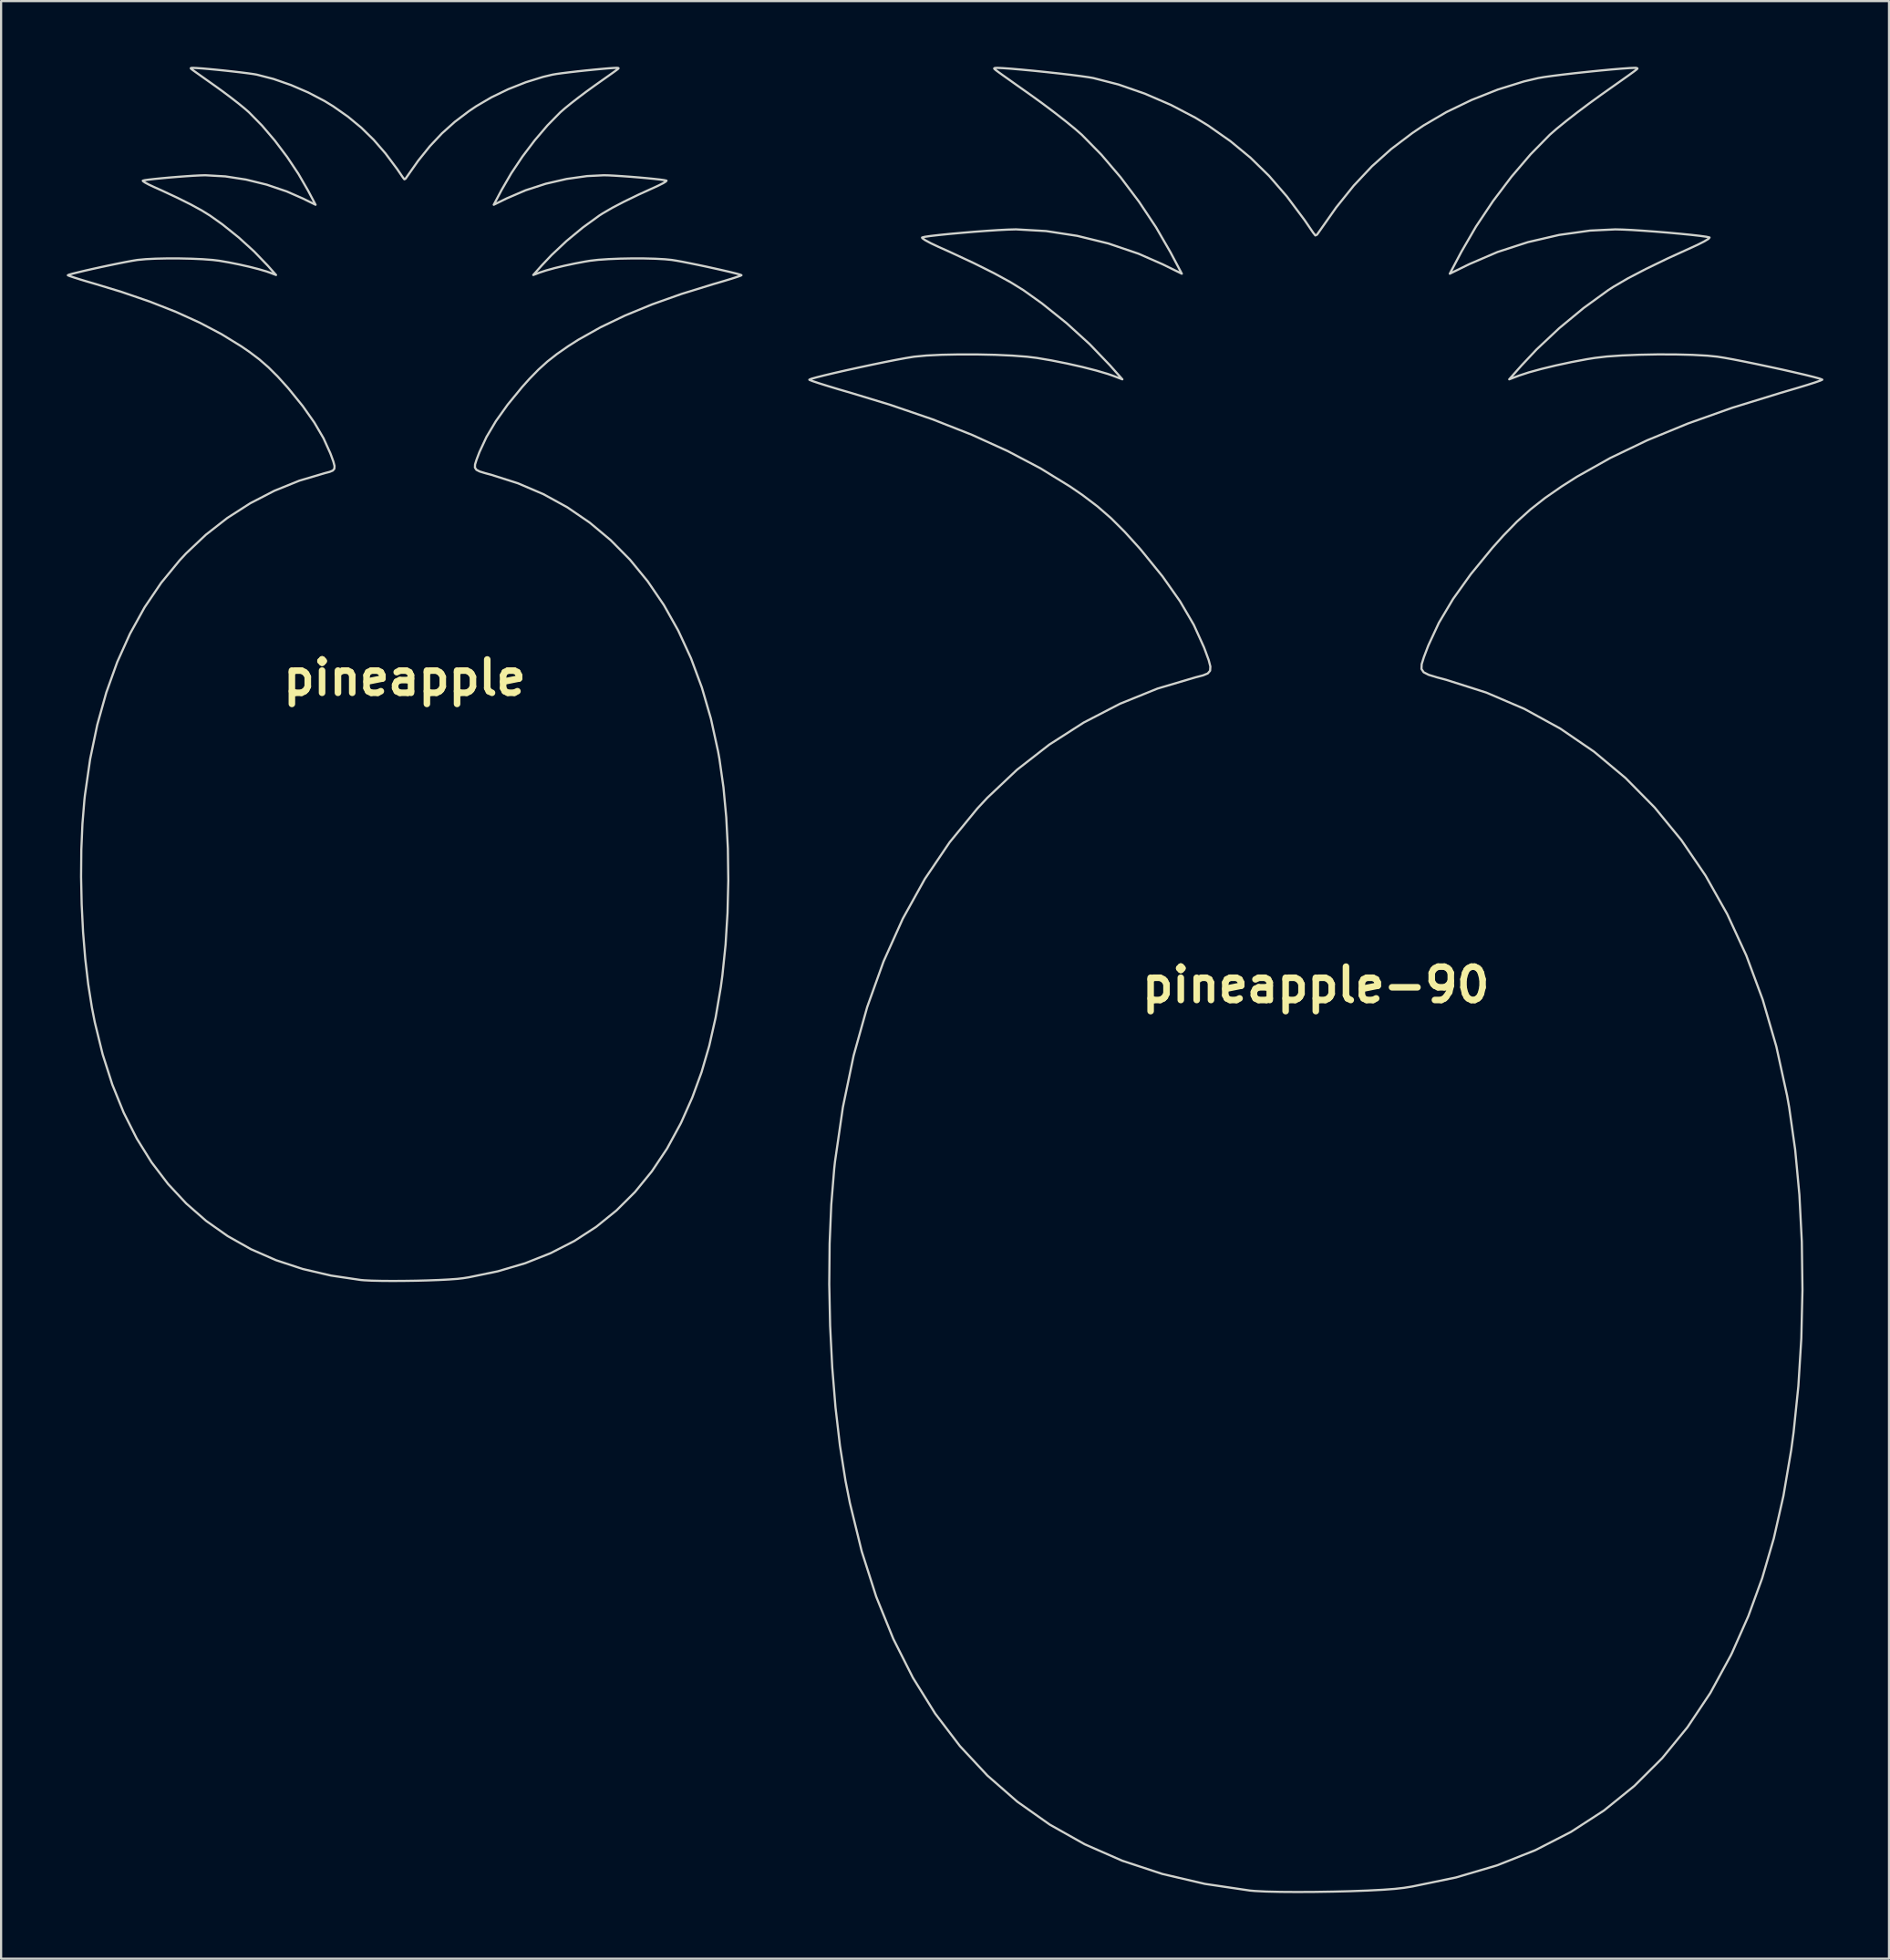
<source format=kicad_pcb>
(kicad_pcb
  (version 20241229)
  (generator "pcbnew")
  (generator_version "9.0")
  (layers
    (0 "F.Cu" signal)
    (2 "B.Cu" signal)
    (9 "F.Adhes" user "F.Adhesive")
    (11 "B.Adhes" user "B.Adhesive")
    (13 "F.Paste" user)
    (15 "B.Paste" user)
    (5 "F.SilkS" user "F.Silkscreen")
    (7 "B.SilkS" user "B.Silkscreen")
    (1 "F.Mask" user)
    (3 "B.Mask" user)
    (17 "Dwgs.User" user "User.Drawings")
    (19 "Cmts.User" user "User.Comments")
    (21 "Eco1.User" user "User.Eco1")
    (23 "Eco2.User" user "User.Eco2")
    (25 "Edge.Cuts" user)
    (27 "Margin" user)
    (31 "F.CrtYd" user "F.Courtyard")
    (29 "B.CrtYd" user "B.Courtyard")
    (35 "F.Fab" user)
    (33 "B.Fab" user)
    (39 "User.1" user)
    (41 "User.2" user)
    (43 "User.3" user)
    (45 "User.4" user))
  (footprint "pineapple-90"
    (layer "F.Cu")
    (at 57.073 41.958)
    (property "Reference" "pineapple-90" (at 0 0 0) (layer "F.SilkS") (effects (font (size 1.524 1.524) (thickness 0.3))))
    (attr board_only exclude_from_pos_files exclude_from_bom)
    (fp_poly (pts (xy 14.668 -41.9) (xy 14.686 -41.889) (xy 14.697 -41.88) (xy 14.683 -41.857) (xy 14.624 -41.807) (xy 14.504 -41.717) (xy 14.304 -41.572) (xy 14.005 -41.36) (xy 13.589 -41.066) (xy 13.039 -40.677) (xy 13.029 -40.67) (xy 12.487 -40.277) (xy 11.942 -39.868) (xy 11.436 -39.474) (xy 11.006 -39.124) (xy 10.694 -38.851) (xy 9.817 -37.959) (xy 8.939 -36.931) (xy 8.095 -35.814) (xy 7.322 -34.657) (xy 6.655 -33.507) (xy 6.64 -33.479) (xy 6.122 -32.5) (xy 7.01 -32.936) (xy 8.307 -33.493) (xy 9.695 -33.943) (xy 11.121 -34.273) (xy 12.535 -34.471) (xy 13.685 -34.526) (xy 14.015 -34.518) (xy 14.453 -34.497) (xy 14.968 -34.464) (xy 15.527 -34.423) (xy 16.098 -34.376) (xy 16.647 -34.326) (xy 17.143 -34.277) (xy 17.554 -34.23) (xy 17.845 -34.189) (xy 17.986 -34.157) (xy 17.991 -34.154) (xy 17.942 -34.093) (xy 17.753 -33.978) (xy 17.458 -33.828) (xy 17.239 -33.727) (xy 16.073 -33.196) (xy 15.082 -32.716) (xy 14.261 -32.288) (xy 13.605 -31.906) (xy 13.368 -31.753) (xy 12.234 -30.93) (xy 11.122 -30.01) (xy 10.092 -29.043) (xy 9.406 -28.314) (xy 8.838 -27.674) (xy 9.287 -27.844) (xy 9.728 -27.989) (xy 10.306 -28.148) (xy 10.974 -28.309) (xy 11.681 -28.461) (xy 12.381 -28.593) (xy 12.747 -28.652) (xy 13.302 -28.717) (xy 13.997 -28.765) (xy 14.784 -28.797) (xy 15.615 -28.813) (xy 16.442 -28.811) (xy 17.217 -28.791) (xy 17.894 -28.754) (xy 18.344 -28.709) (xy 18.66 -28.659) (xy 19.086 -28.582) (xy 19.595 -28.482) (xy 20.156 -28.367) (xy 20.741 -28.243) (xy 21.322 -28.117) (xy 21.869 -27.993) (xy 22.353 -27.88) (xy 22.745 -27.783) (xy 23.016 -27.708) (xy 23.138 -27.662) (xy 23.142 -27.657) (xy 23.056 -27.616) (xy 22.815 -27.532) (xy 22.446 -27.414) (xy 21.975 -27.271) (xy 21.429 -27.11) (xy 21.237 -27.054) (xy 19.03 -26.374) (xy 17.001 -25.653) (xy 15.145 -24.889) (xy 13.458 -24.08) (xy 11.933 -23.223) (xy 11.229 -22.775) (xy 10.471 -22.249) (xy 9.809 -21.728) (xy 9.19 -21.17) (xy 8.565 -20.527) (xy 8.068 -19.971) (xy 7.083 -18.77) (xy 6.269 -17.631) (xy 5.625 -16.549) (xy 5.145 -15.517) (xy 5.11 -15.428) (xy 4.938 -14.976) (xy 4.838 -14.657) (xy 4.829 -14.438) (xy 4.929 -14.287) (xy 5.157 -14.17) (xy 5.531 -14.056) (xy 5.951 -13.944) (xy 7.787 -13.36) (xy 9.529 -12.614) (xy 11.172 -11.713) (xy 12.714 -10.658) (xy 14.153 -9.455) (xy 15.483 -8.107) (xy 16.704 -6.618) (xy 17.811 -4.992) (xy 18.801 -3.232) (xy 19.672 -1.343) (xy 20.42 0.672) (xy 21.042 2.809) (xy 21.535 5.063) (xy 21.63 5.6) (xy 21.904 7.531) (xy 22.097 9.591) (xy 22.208 11.742) (xy 22.237 13.942) (xy 22.185 16.153) (xy 22.05 18.334) (xy 21.832 20.445) (xy 21.722 21.261) (xy 21.368 23.346) (xy 20.929 25.287) (xy 20.397 27.111) (xy 19.764 28.846) (xy 19.021 30.52) (xy 18.96 30.644) (xy 18.027 32.358) (xy 16.983 33.922) (xy 15.826 35.338) (xy 14.554 36.606) (xy 13.166 37.729) (xy 11.658 38.707) (xy 10.031 39.542) (xy 8.281 40.235) (xy 6.406 40.788) (xy 4.406 41.201) (xy 4.027 41.262) (xy 3.612 41.309) (xy 3.044 41.351) (xy 2.359 41.386) (xy 1.591 41.415) (xy 0.775 41.435) (xy -0.053 41.448) (xy -0.857 41.452) (xy -1.604 41.447) (xy -2.257 41.432) (xy -2.782 41.406) (xy -3.01 41.386) (xy -5.069 41.081) (xy -7.013 40.627) (xy -8.843 40.024) (xy -10.557 39.272) (xy -12.156 38.372) (xy -13.64 37.324) (xy -15.007 36.129) (xy -16.258 34.787) (xy -17.392 33.298) (xy -18.408 31.663) (xy -19.306 29.883) (xy -20.086 27.957) (xy -20.748 25.886) (xy -21.29 23.671) (xy -21.489 22.665) (xy -21.743 21.056) (xy -21.946 19.31) (xy -22.096 17.47) (xy -22.192 15.58) (xy -22.232 13.682) (xy -22.215 11.823) (xy -22.14 10.043) (xy -22.004 8.389) (xy -21.97 8.079) (xy -21.609 5.59) (xy -21.119 3.234) (xy -20.499 1.013) (xy -19.75 -1.073) (xy -18.872 -3.025) (xy -17.865 -4.84) (xy -16.73 -6.519) (xy -15.466 -8.06) (xy -15.01 -8.55) (xy -13.656 -9.829) (xy -12.18 -10.979) (xy -10.603 -11.99) (xy -8.946 -12.848) (xy -7.229 -13.543) (xy -5.48 -14.06) (xy -5.152 -14.145) (xy -4.938 -14.233) (xy -4.83 -14.357) (xy -4.818 -14.55) (xy -4.894 -14.843) (xy -5.05 -15.27) (xy -5.11 -15.428) (xy -5.576 -16.456) (xy -6.206 -17.534) (xy -7.004 -18.667) (xy -7.974 -19.862) (xy -8.068 -19.971) (xy -8.731 -20.704) (xy -9.349 -21.321) (xy -9.974 -21.865) (xy -10.657 -22.383) (xy -11.229 -22.775) (xy -12.588 -23.61) (xy -14.079 -24.395) (xy -15.713 -25.138) (xy -17.501 -25.842) (xy -19.455 -26.511) (xy -21.237 -27.053) (xy -21.803 -27.218) (xy -22.301 -27.369) (xy -22.707 -27.496) (xy -22.993 -27.592) (xy -23.133 -27.649) (xy -23.142 -27.657) (xy -23.055 -27.696) (xy -22.812 -27.765) (xy -22.442 -27.858) (xy -21.975 -27.969) (xy -21.438 -28.091) (xy -20.862 -28.217) (xy -20.276 -28.342) (xy -19.707 -28.46) (xy -19.185 -28.563) (xy -18.74 -28.645) (xy -18.399 -28.701) (xy -18.344 -28.709) (xy -17.787 -28.762) (xy -17.09 -28.796) (xy -16.302 -28.812) (xy -15.471 -28.811) (xy -14.644 -28.793) (xy -13.87 -28.758) (xy -13.196 -28.707) (xy -12.747 -28.652) (xy -12.073 -28.537) (xy -11.364 -28.395) (xy -10.668 -28.238) (xy -10.034 -28.076) (xy -9.511 -27.922) (xy -9.287 -27.844) (xy -8.838 -27.674) (xy -9.406 -28.314) (xy -10.336 -29.284) (xy -11.392 -30.244) (xy -12.515 -31.145) (xy -13.368 -31.753) (xy -13.953 -32.114) (xy -14.7 -32.522) (xy -15.616 -32.979) (xy -16.704 -33.487) (xy -17.239 -33.727) (xy -17.583 -33.889) (xy -17.841 -34.028) (xy -17.98 -34.124) (xy -17.991 -34.154) (xy -17.873 -34.185) (xy -17.599 -34.225) (xy -17.203 -34.271) (xy -16.716 -34.32) (xy -16.171 -34.369) (xy -15.602 -34.417) (xy -15.039 -34.459) (xy -14.517 -34.493) (xy -14.066 -34.516) (xy -13.721 -34.526) (xy -13.685 -34.526) (xy -12.323 -34.449) (xy -10.904 -34.231) (xy -9.48 -33.882) (xy -8.103 -33.415) (xy -7.01 -32.936) (xy -6.122 -32.5) (xy -6.64 -33.479) (xy -7.304 -34.628) (xy -8.075 -35.786) (xy -8.917 -36.904) (xy -9.795 -37.935) (xy -10.673 -38.83) (xy -10.694 -38.851) (xy -11.009 -39.126) (xy -11.439 -39.476) (xy -11.946 -39.871) (xy -12.49 -40.28) (xy -13.029 -40.67) (xy -13.582 -41.06) (xy -13.999 -41.356) (xy -14.3 -41.569) (xy -14.502 -41.715) (xy -14.623 -41.806) (xy -14.682 -41.856) (xy -14.697 -41.879) (xy -14.686 -41.889) (xy -14.668 -41.899) (xy -14.668 -41.9) (xy -14.56 -41.907) (xy -14.297 -41.895) (xy -13.909 -41.867) (xy -13.43 -41.825) (xy -12.89 -41.774) (xy -12.32 -41.715) (xy -11.752 -41.653) (xy -11.217 -41.591) (xy -10.747 -41.531) (xy -10.374 -41.478) (xy -10.161 -41.44) (xy -9.012 -41.145) (xy -7.81 -40.727) (xy -6.62 -40.213) (xy -5.504 -39.629) (xy -4.919 -39.271) (xy -3.902 -38.558) (xy -2.983 -37.8) (xy -2.133 -36.968) (xy -1.321 -36.03) (xy -0.515 -34.953) (xy -0.118 -34.372) (xy -0.02 -34.249) (xy 0.056 -34.285) (xy 0.118 -34.372) (xy 0.931 -35.527) (xy 1.736 -36.528) (xy 2.564 -37.408) (xy 3.446 -38.198) (xy 4.411 -38.928) (xy 4.919 -39.271) (xy 5.963 -39.883) (xy 7.118 -40.44) (xy 8.321 -40.917) (xy 9.508 -41.286) (xy 10.161 -41.44) (xy 10.432 -41.487) (xy 10.826 -41.542) (xy 11.309 -41.602) (xy 11.852 -41.665) (xy 12.423 -41.726) (xy 12.99 -41.784) (xy 13.522 -41.834) (xy 13.987 -41.873) (xy 14.354 -41.899) (xy 14.592 -41.908)) (stroke (width 0.1) (type solid)) (fill no) (layer "Edge.Cuts")))
  (footprint "pineapple"
    (layer "F.Cu")
    (at 15.44 27.92)
    (property "Reference" "pineapple" (at 0 0 0) (layer "F.SilkS") (effects (font (size 1.524 1.524) (thickness 0.3))))
    (attr board_only exclude_from_pos_files exclude_from_bom)
    (fp_poly (pts (xy 9.754 -27.864) (xy 9.767 -27.858) (xy 9.774 -27.851) (xy 9.764 -27.836) (xy 9.726 -27.803) (xy 9.646 -27.743) (xy 9.512 -27.646) (xy 9.314 -27.505) (xy 9.037 -27.31) (xy 8.671 -27.051) (xy 8.665 -27.046) (xy 8.304 -26.785) (xy 7.942 -26.513) (xy 7.605 -26.251) (xy 7.319 -26.018) (xy 7.112 -25.837) (xy 6.529 -25.244) (xy 5.945 -24.56) (xy 5.383 -23.817) (xy 4.869 -23.048) (xy 4.426 -22.283) (xy 4.416 -22.264) (xy 4.071 -21.613) (xy 4.662 -21.903) (xy 5.525 -22.274) (xy 6.447 -22.573) (xy 7.396 -22.792) (xy 8.336 -22.924) (xy 9.101 -22.961) (xy 9.32 -22.956) (xy 9.612 -22.941) (xy 9.954 -22.919) (xy 10.326 -22.892) (xy 10.705 -22.861) (xy 11.071 -22.828) (xy 11.401 -22.795) (xy 11.674 -22.764) (xy 11.867 -22.737) (xy 11.961 -22.715) (xy 11.965 -22.713) (xy 11.932 -22.673) (xy 11.806 -22.596) (xy 11.61 -22.497) (xy 11.464 -22.429) (xy 10.689 -22.076) (xy 10.03 -21.757) (xy 9.484 -21.472) (xy 9.048 -21.218) (xy 8.89 -21.116) (xy 8.136 -20.569) (xy 7.397 -19.958) (xy 6.712 -19.314) (xy 6.255 -18.83) (xy 5.877 -18.404) (xy 6.176 -18.517) (xy 6.469 -18.613) (xy 6.854 -18.719) (xy 7.298 -18.826) (xy 7.768 -18.927) (xy 8.234 -19.015) (xy 8.477 -19.055) (xy 8.846 -19.097) (xy 9.308 -19.129) (xy 9.832 -19.151) (xy 10.384 -19.161) (xy 10.934 -19.16) (xy 11.45 -19.147) (xy 11.9 -19.122) (xy 12.2 -19.092) (xy 12.409 -19.059) (xy 12.693 -19.008) (xy 13.031 -18.941) (xy 13.404 -18.865) (xy 13.794 -18.783) (xy 14.18 -18.698) (xy 14.543 -18.616) (xy 14.865 -18.541) (xy 15.126 -18.476) (xy 15.306 -18.427) (xy 15.388 -18.396) (xy 15.39 -18.393) (xy 15.333 -18.365) (xy 15.173 -18.31) (xy 14.927 -18.231) (xy 14.614 -18.136) (xy 14.251 -18.028) (xy 14.123 -17.992) (xy 12.655 -17.539) (xy 11.306 -17.06) (xy 10.072 -16.552) (xy 8.95 -16.014) (xy 7.935 -15.444) (xy 7.467 -15.146) (xy 6.964 -14.796) (xy 6.523 -14.45) (xy 6.112 -14.078) (xy 5.696 -13.651) (xy 5.365 -13.281) (xy 4.71 -12.483) (xy 4.169 -11.725) (xy 3.741 -11.005) (xy 3.421 -10.319) (xy 3.398 -10.26) (xy 3.284 -9.96) (xy 3.217 -9.747) (xy 3.211 -9.602) (xy 3.278 -9.501) (xy 3.429 -9.424) (xy 3.678 -9.348) (xy 3.958 -9.273) (xy 5.179 -8.884) (xy 6.337 -8.389) (xy 7.43 -7.789) (xy 8.455 -7.088) (xy 9.412 -6.288) (xy 10.297 -5.392) (xy 11.108 -4.401) (xy 11.845 -3.32) (xy 12.503 -2.149) (xy 13.082 -0.893) (xy 13.58 0.447) (xy 13.993 1.868) (xy 14.321 3.367) (xy 14.385 3.724) (xy 14.567 5.008) (xy 14.695 6.379) (xy 14.769 7.809) (xy 14.788 9.272) (xy 14.753 10.742) (xy 14.664 12.192) (xy 14.519 13.596) (xy 14.446 14.139) (xy 14.21 15.526) (xy 13.919 16.816) (xy 13.565 18.03) (xy 13.143 19.183) (xy 12.649 20.296) (xy 12.609 20.379) (xy 11.989 21.519) (xy 11.294 22.559) (xy 10.525 23.501) (xy 9.679 24.344) (xy 8.756 25.091) (xy 7.753 25.741) (xy 6.671 26.296) (xy 5.507 26.757) (xy 4.26 27.125) (xy 2.93 27.4) (xy 2.678 27.44) (xy 2.402 27.472) (xy 2.024 27.499) (xy 1.569 27.523) (xy 1.058 27.542) (xy 0.515 27.556) (xy -0.035 27.564) (xy -0.57 27.567) (xy -1.067 27.563) (xy -1.501 27.553) (xy -1.85 27.536) (xy -2.002 27.523) (xy -3.371 27.32) (xy -4.664 27.018) (xy -5.881 26.617) (xy -7.021 26.117) (xy -8.084 25.518) (xy -9.071 24.822) (xy -9.98 24.027) (xy -10.812 23.134) (xy -11.566 22.144) (xy -12.242 21.057) (xy -12.839 19.873) (xy -13.358 18.592) (xy -13.798 17.215) (xy -14.159 15.742) (xy -14.29 15.073) (xy -14.46 14.003) (xy -14.595 12.842) (xy -14.695 11.618) (xy -14.758 10.361) (xy -14.785 9.099) (xy -14.774 7.862) (xy -14.723 6.679) (xy -14.633 5.579) (xy -14.61 5.373) (xy -14.371 3.717) (xy -14.045 2.151) (xy -13.632 0.674) (xy -13.134 -0.714) (xy -12.55 -2.011) (xy -11.881 -3.219) (xy -11.126 -4.335) (xy -10.285 -5.36) (xy -9.982 -5.686) (xy -9.081 -6.536) (xy -8.1 -7.302) (xy -7.052 -7.974) (xy -5.949 -8.544) (xy -4.807 -9.006) (xy -3.644 -9.35) (xy -3.426 -9.407) (xy -3.284 -9.466) (xy -3.212 -9.548) (xy -3.204 -9.676) (xy -3.255 -9.871) (xy -3.358 -10.155) (xy -3.398 -10.26) (xy -3.708 -10.944) (xy -4.127 -11.66) (xy -4.658 -12.414) (xy -5.303 -13.209) (xy -5.365 -13.281) (xy -5.806 -13.769) (xy -6.218 -14.179) (xy -6.633 -14.541) (xy -7.087 -14.885) (xy -7.467 -15.146) (xy -8.371 -15.701) (xy -9.363 -16.224) (xy -10.449 -16.717) (xy -11.639 -17.185) (xy -12.938 -17.631) (xy -14.123 -17.991) (xy -14.499 -18.101) (xy -14.831 -18.201) (xy -15.1 -18.286) (xy -15.291 -18.35) (xy -15.384 -18.387) (xy -15.39 -18.393) (xy -15.332 -18.419) (xy -15.17 -18.465) (xy -14.924 -18.526) (xy -14.614 -18.6) (xy -14.257 -18.681) (xy -13.874 -18.765) (xy -13.484 -18.848) (xy -13.106 -18.926) (xy -12.759 -18.995) (xy -12.462 -19.05) (xy -12.236 -19.087) (xy -12.2 -19.092) (xy -11.829 -19.127) (xy -11.365 -19.15) (xy -10.841 -19.161) (xy -10.289 -19.16) (xy -9.739 -19.148) (xy -9.224 -19.125) (xy -8.775 -19.091) (xy -8.477 -19.055) (xy -8.029 -18.978) (xy -7.557 -18.883) (xy -7.095 -18.779) (xy -6.673 -18.671) (xy -6.325 -18.569) (xy -6.176 -18.517) (xy -5.877 -18.404) (xy -6.255 -18.83) (xy -6.874 -19.474) (xy -7.576 -20.113) (xy -8.322 -20.712) (xy -8.89 -21.116) (xy -9.279 -21.357) (xy -9.776 -21.628) (xy -10.385 -21.932) (xy -11.109 -22.27) (xy -11.464 -22.429) (xy -11.693 -22.537) (xy -11.865 -22.629) (xy -11.957 -22.693) (xy -11.965 -22.713) (xy -11.886 -22.734) (xy -11.704 -22.76) (xy -11.44 -22.791) (xy -11.116 -22.823) (xy -10.754 -22.857) (xy -10.375 -22.888) (xy -10.001 -22.916) (xy -9.654 -22.939) (xy -9.355 -22.954) (xy -9.125 -22.961) (xy -9.101 -22.961) (xy -8.195 -22.91) (xy -7.251 -22.764) (xy -6.304 -22.532) (xy -5.389 -22.222) (xy -4.662 -21.903) (xy -4.071 -21.613) (xy -4.416 -22.264) (xy -4.857 -23.029) (xy -5.37 -23.798) (xy -5.93 -24.542) (xy -6.514 -25.228) (xy -7.098 -25.823) (xy -7.112 -25.837) (xy -7.321 -26.02) (xy -7.607 -26.253) (xy -7.944 -26.515) (xy -8.306 -26.787) (xy -8.665 -27.046) (xy -9.032 -27.306) (xy -9.31 -27.503) (xy -9.51 -27.645) (xy -9.644 -27.741) (xy -9.725 -27.802) (xy -9.764 -27.835) (xy -9.774 -27.851) (xy -9.767 -27.857) (xy -9.755 -27.864) (xy -9.754 -27.864) (xy -9.683 -27.869) (xy -9.508 -27.861) (xy -9.25 -27.843) (xy -8.931 -27.815) (xy -8.572 -27.781) (xy -8.193 -27.742) (xy -7.815 -27.7) (xy -7.459 -27.659) (xy -7.147 -27.619) (xy -6.899 -27.584) (xy -6.757 -27.559) (xy -5.993 -27.362) (xy -5.194 -27.084) (xy -4.402 -26.742) (xy -3.66 -26.354) (xy -3.271 -26.116) (xy -2.595 -25.642) (xy -1.984 -25.138) (xy -1.419 -24.585) (xy -0.878 -23.961) (xy -0.343 -23.245) (xy -0.078 -22.858) (xy -0.013 -22.776) (xy 0.037 -22.8) (xy 0.078 -22.858) (xy 0.619 -23.626) (xy 1.155 -24.292) (xy 1.705 -24.877) (xy 2.291 -25.402) (xy 2.933 -25.888) (xy 3.271 -26.116) (xy 3.966 -26.523) (xy 4.734 -26.894) (xy 5.534 -27.211) (xy 6.323 -27.456) (xy 6.757 -27.559) (xy 6.938 -27.59) (xy 7.199 -27.626) (xy 7.521 -27.666) (xy 7.882 -27.708) (xy 8.262 -27.749) (xy 8.639 -27.787) (xy 8.992 -27.82) (xy 9.302 -27.847) (xy 9.546 -27.864) (xy 9.704 -27.87)) (stroke (width 0.1) (type solid)) (fill no) (layer "Edge.Cuts")))
  (gr_rect
    (start -3 -3)
    (end 83.265 86.46)
    (stroke (width 0.1) (type default))
    (fill no)
    (layer "Edge.Cuts")))
</source>
